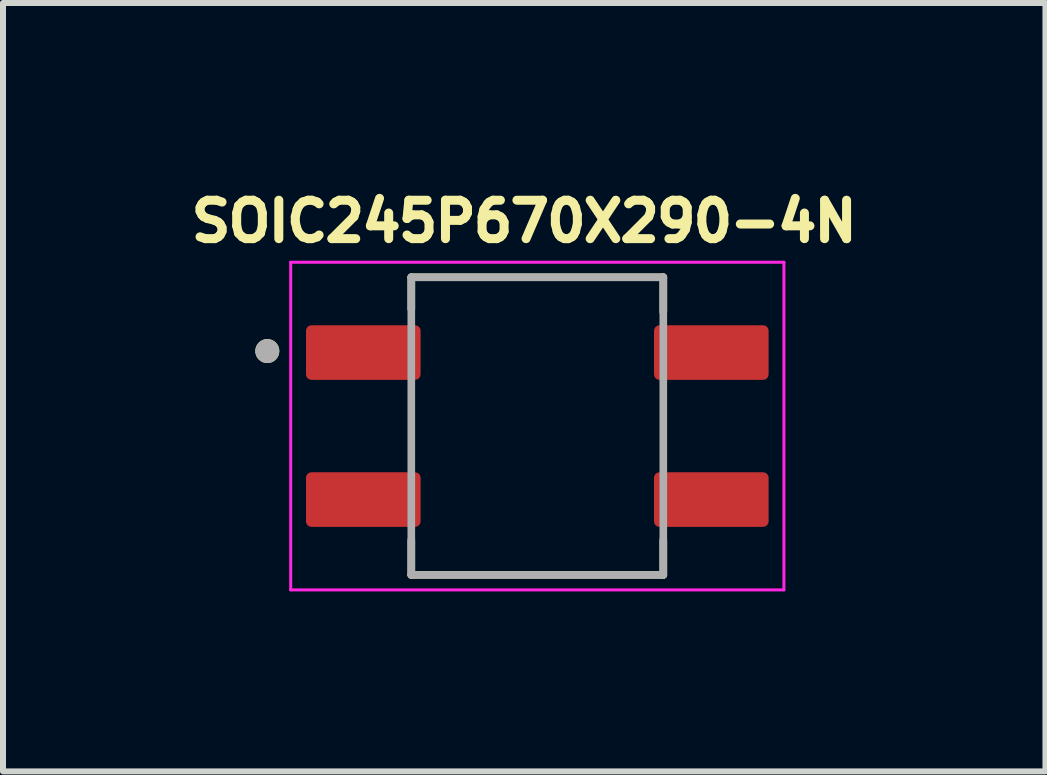
<source format=kicad_pcb>
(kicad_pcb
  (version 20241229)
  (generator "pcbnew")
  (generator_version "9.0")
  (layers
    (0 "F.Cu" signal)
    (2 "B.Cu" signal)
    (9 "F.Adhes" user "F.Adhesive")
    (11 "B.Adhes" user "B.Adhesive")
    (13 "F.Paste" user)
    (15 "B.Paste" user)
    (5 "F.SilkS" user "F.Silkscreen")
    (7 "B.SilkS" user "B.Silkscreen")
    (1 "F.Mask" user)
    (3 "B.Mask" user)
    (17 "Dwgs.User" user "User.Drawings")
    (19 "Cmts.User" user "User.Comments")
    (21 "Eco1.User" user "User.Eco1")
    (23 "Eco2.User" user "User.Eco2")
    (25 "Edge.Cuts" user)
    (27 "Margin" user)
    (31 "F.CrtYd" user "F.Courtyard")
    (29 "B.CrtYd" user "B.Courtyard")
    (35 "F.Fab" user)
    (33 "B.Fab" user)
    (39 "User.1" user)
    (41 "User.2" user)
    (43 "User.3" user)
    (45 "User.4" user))
  (footprint "SOIC245P670X290-4N"
    (layer "F.Cu")
    (at 5.905 4.051)
    (property "Reference" "SOIC245P670X290-4N" (at -0.218 -3.412 0) (layer "F.SilkS") (effects (font (size 0.641 0.641) (thickness 0.15))))
    (attr smd)
    (fp_line (start -2.1 -2.48) (end 2.1 -2.48) (stroke (width 0.127) (type solid)) (layer "F.SilkS"))
    (fp_line (start -2.1 -1.95) (end -2.1 -2.48) (stroke (width 0.127) (type solid)) (layer "F.SilkS"))
    (fp_line (start -2.1 1.9) (end -2.1 2.48) (stroke (width 0.127) (type solid)) (layer "F.SilkS"))
    (fp_line (start -2.1 2.48) (end 2.1 2.48) (stroke (width 0.127) (type solid)) (layer "F.SilkS"))
    (fp_line (start 2.1 -2.48) (end 2.1 -1.9) (stroke (width 0.127) (type solid)) (layer "F.SilkS"))
    (fp_line (start 2.1 2.48) (end 2.1 1.9) (stroke (width 0.127) (type solid)) (layer "F.SilkS"))
    (fp_circle (center -4.5 -1.25) (end -4.4 -1.25) (stroke (width 0.2) (type solid)) (fill no) (layer "F.SilkS"))
    (fp_line (start -4.11 -2.73) (end -4.11 2.73) (stroke (width 0.05) (type solid)) (layer "F.CrtYd"))
    (fp_line (start -4.11 2.73) (end 4.11 2.73) (stroke (width 0.05) (type solid)) (layer "F.CrtYd"))
    (fp_line (start 4.11 -2.73) (end -4.11 -2.73) (stroke (width 0.05) (type solid)) (layer "F.CrtYd"))
    (fp_line (start 4.11 2.73) (end 4.11 -2.73) (stroke (width 0.05) (type solid)) (layer "F.CrtYd"))
    (fp_line (start -2.1 -2.48) (end 2.1 -2.48) (stroke (width 0.127) (type solid)) (layer "F.Fab"))
    (fp_line (start -2.1 2.48) (end -2.1 -2.48) (stroke (width 0.127) (type solid)) (layer "F.Fab"))
    (fp_line (start 2.1 -2.48) (end 2.1 2.48) (stroke (width 0.127) (type solid)) (layer "F.Fab"))
    (fp_line (start 2.1 2.48) (end -2.1 2.48) (stroke (width 0.127) (type solid)) (layer "F.Fab"))
    (fp_circle (center -4.5 -1.25) (end -4.4 -1.25) (stroke (width 0.2) (type solid)) (fill no) (layer "F.Fab"))
    (pad "1" smd roundrect (at -2.9 -1.225) (size 1.91 0.91) (layers "F.Cu" "F.Mask" "F.Paste") (roundrect_rratio 0.1))
    (pad "2" smd roundrect (at -2.9 1.225) (size 1.91 0.91) (layers "F.Cu" "F.Mask" "F.Paste") (roundrect_rratio 0.1))
    (pad "3" smd roundrect (at 2.9 1.225) (size 1.91 0.91) (layers "F.Cu" "F.Mask" "F.Paste") (roundrect_rratio 0.1))
    (pad "4" smd roundrect (at 2.9 -1.225) (size 1.91 0.91) (layers "F.Cu" "F.Mask" "F.Paste") (roundrect_rratio 0.1)))
  (gr_rect
    (start -3 -3)
    (end 14.374 9.806)
    (stroke (width 0.1) (type default))
    (fill no)
    (layer "Edge.Cuts")))
</source>
